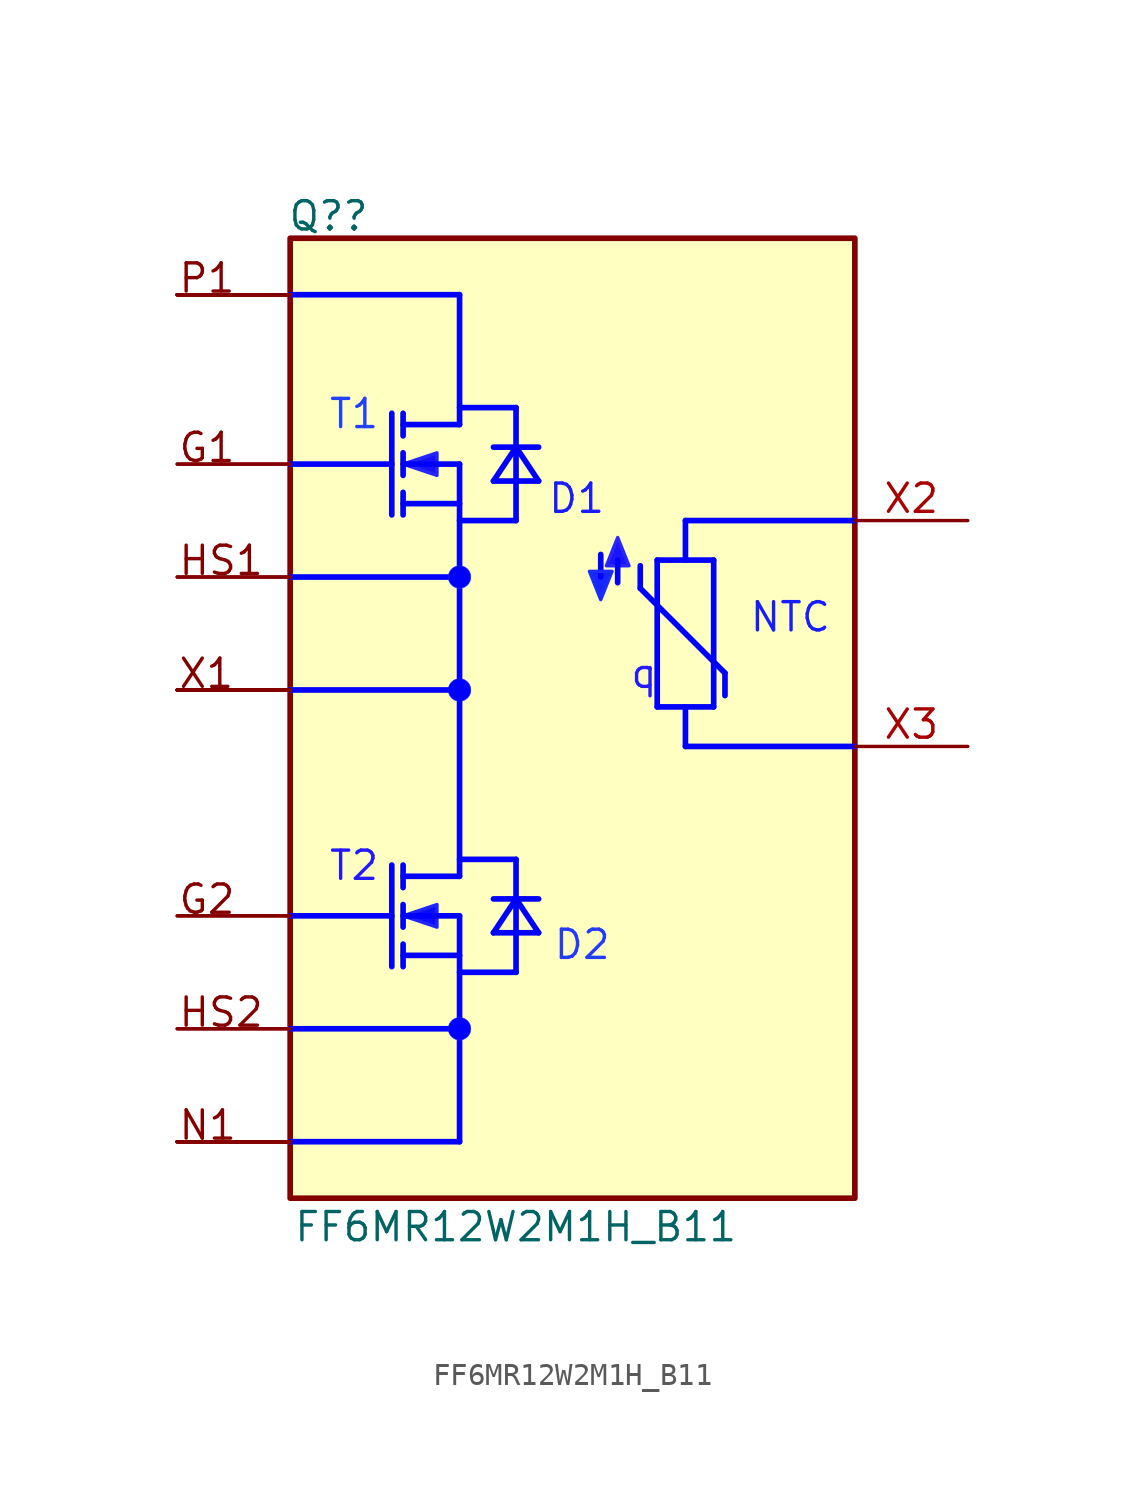
<source format=kicad_sym>
(kicad_symbol_lib
  (version 20220914)
  (generator kicad_symbol_editor)
  (symbol "FF6MR12W2M1H_B11"
    (property "Reference" "Q?"
      (at -0.127 0.254 0)
      (effects (font (size 1.27 1.27)) (justify left bottom)))
    (property "Value" "FF6MR12W2M1H_B11"
      (at 0.127 -45.212 0)
      (effects (font (size 1.27 1.27)) (justify left bottom)))
    (symbol "FF6MR12W2M1H_B11_1_0"
      (polyline (pts (xy 4.572 -30.48) (xy 0 -30.48)) (stroke (width 0.254) (type solid) (color 0 0 255 1)) (fill (type none)))
      (polyline (pts (xy 4.572 -28.194) (xy 4.572 -32.766)) (stroke (width 0.254) (type solid) (color 0 0 255 1)) (fill (type none)))
      (polyline (pts (xy 4.572 -10.16) (xy 0 -10.16)) (stroke (width 0.254) (type solid) (color 0 0 255 1)) (fill (type none)))
      (polyline (pts (xy 4.572 -7.874) (xy 4.572 -12.446)) (stroke (width 0.254) (type solid) (color 0 0 255 1)) (fill (type none)))
      (polyline (pts (xy 5.08 -32.766) (xy 5.08 -31.75)) (stroke (width 0.254) (type solid) (color 0 0 255 1)) (fill (type none)))
      (polyline (pts (xy 5.08 -30.988) (xy 5.08 -29.972)) (stroke (width 0.254) (type solid) (color 0 0 255 1)) (fill (type none)))
      (polyline (pts (xy 5.08 -28.194) (xy 5.08 -29.21)) (stroke (width 0.254) (type solid) (color 0 0 255 1)) (fill (type none)))
      (polyline (pts (xy 5.08 -12.446) (xy 5.08 -11.43)) (stroke (width 0.254) (type solid) (color 0 0 255 1)) (fill (type none)))
      (polyline (pts (xy 5.08 -10.668) (xy 5.08 -9.652)) (stroke (width 0.254) (type solid) (color 0 0 255 1)) (fill (type none)))
      (polyline (pts (xy 5.08 -7.874) (xy 5.08 -8.89)) (stroke (width 0.254) (type solid) (color 0 0 255 1)) (fill (type none)))
      (polyline (pts (xy 7.62 -40.64) (xy 0 -40.64)) (stroke (width 0.254) (type solid) (color 0 0 255 1)) (fill (type none)))
      (polyline (pts (xy 7.62 -35.56) (xy 0 -35.56)) (stroke (width 0.254) (type solid) (color 0 0 255 1)) (fill (type none)))
      (polyline (pts (xy 7.62 -33.02) (xy 10.16 -33.02)) (stroke (width 0.254) (type solid) (color 0 0 255 1)) (fill (type none)))
      (polyline (pts (xy 7.62 -32.258) (xy 5.08 -32.258)) (stroke (width 0.254) (type solid) (color 0 0 255 1)) (fill (type none)))
      (polyline (pts (xy 7.62 -30.48) (xy 5.08 -30.48)) (stroke (width 0.254) (type solid) (color 0 0 255 1)) (fill (type none)))
      (polyline (pts (xy 7.62 -30.48) (xy 7.62 -40.64)) (stroke (width 0.254) (type solid) (color 0 0 255 1)) (fill (type none)))
      (polyline (pts (xy 7.62 -28.702) (xy 5.08 -28.702)) (stroke (width 0.254) (type solid) (color 0 0 255 1)) (fill (type none)))
      (polyline (pts (xy 7.62 -27.94) (xy 10.16 -27.94)) (stroke (width 0.254) (type solid) (color 0 0 255 1)) (fill (type none)))
      (polyline (pts (xy 7.62 -20.32) (xy 0 -20.32)) (stroke (width 0.254) (type solid) (color 0 0 255 1)) (fill (type none)))
      (polyline (pts (xy 7.62 -15.24) (xy 0 -15.24)) (stroke (width 0.254) (type solid) (color 0 0 255 1)) (fill (type none)))
      (polyline (pts (xy 7.62 -12.7) (xy 10.16 -12.7)) (stroke (width 0.254) (type solid) (color 0 0 255 1)) (fill (type none)))
      (polyline (pts (xy 7.62 -11.938) (xy 5.08 -11.938)) (stroke (width 0.254) (type solid) (color 0 0 255 1)) (fill (type none)))
      (polyline (pts (xy 7.62 -10.16) (xy 5.08 -10.16)) (stroke (width 0.254) (type solid) (color 0 0 255 1)) (fill (type none)))
      (polyline (pts (xy 7.62 -10.16) (xy 7.62 -28.702)) (stroke (width 0.254) (type solid) (color 0 0 255 1)) (fill (type none)))
      (polyline (pts (xy 7.62 -8.382) (xy 5.08 -8.382)) (stroke (width 0.254) (type solid) (color 0 0 255 1)) (fill (type none)))
      (polyline (pts (xy 7.62 -8.382) (xy 7.62 -2.54)) (stroke (width 0.254) (type solid) (color 0 0 255 1)) (fill (type none)))
      (polyline (pts (xy 7.62 -7.62) (xy 10.16 -7.62)) (stroke (width 0.254) (type solid) (color 0 0 255 1)) (fill (type none)))
      (polyline (pts (xy 7.62 -2.54) (xy 0 -2.54)) (stroke (width 0.254) (type solid) (color 0 0 255 1)) (fill (type none)))
      (polyline (pts (xy 9.144 -31.242) (xy 11.176 -31.242)) (stroke (width 0.254) (type solid) (color 0 0 255 1)) (fill (type none)))
      (polyline (pts (xy 9.144 -29.718) (xy 11.176 -29.718)) (stroke (width 0.254) (type solid) (color 0 0 255 1)) (fill (type none)))
      (polyline (pts (xy 9.144 -10.922) (xy 11.176 -10.922)) (stroke (width 0.254) (type solid) (color 0 0 255 1)) (fill (type none)))
      (polyline (pts (xy 9.144 -9.398) (xy 11.176 -9.398)) (stroke (width 0.254) (type solid) (color 0 0 255 1)) (fill (type none)))
      (polyline (pts (xy 10.16 -29.718) (xy 9.144 -31.242)) (stroke (width 0.254) (type solid) (color 0 0 255 1)) (fill (type none)))
      (polyline (pts (xy 10.16 -29.718) (xy 11.176 -31.242)) (stroke (width 0.254) (type solid) (color 0 0 255 1)) (fill (type none)))
      (polyline (pts (xy 10.16 -27.94) (xy 10.16 -33.02)) (stroke (width 0.254) (type solid) (color 0 0 255 1)) (fill (type none)))
      (polyline (pts (xy 10.16 -9.398) (xy 9.144 -10.922)) (stroke (width 0.254) (type solid) (color 0 0 255 1)) (fill (type none)))
      (polyline (pts (xy 10.16 -9.398) (xy 11.176 -10.922)) (stroke (width 0.254) (type solid) (color 0 0 255 1)) (fill (type none)))
      (polyline (pts (xy 10.16 -7.62) (xy 10.16 -12.7)) (stroke (width 0.254) (type solid) (color 0 0 255 1)) (fill (type none)))
      (polyline (pts (xy 13.97 -15.24) (xy 13.97 -14.224)) (stroke (width 0.254) (type solid) (color 0 0 255 1)) (fill (type none)))
      (polyline (pts (xy 14.732 -14.478) (xy 14.732 -15.494)) (stroke (width 0.254) (type solid) (color 0 0 255 1)) (fill (type none)))
      (polyline (pts (xy 15.748 -15.748) (xy 19.558 -19.558)) (stroke (width 0.254) (type solid) (color 0 0 255 1)) (fill (type none)))
      (polyline (pts (xy 15.748 -14.732) (xy 15.748 -15.748)) (stroke (width 0.254) (type solid) (color 0 0 255 1)) (fill (type none)))
      (polyline (pts (xy 16.51 -21.082) (xy 16.51 -14.478)) (stroke (width 0.254) (type solid) (color 0 0 255 1)) (fill (type none)))
      (polyline (pts (xy 17.78 -22.86) (xy 17.78 -21.082)) (stroke (width 0.254) (type solid) (color 0 0 255 1)) (fill (type none)))
      (polyline (pts (xy 17.78 -14.478) (xy 17.78 -12.7)) (stroke (width 0.254) (type solid) (color 0 0 255 1)) (fill (type none)))
      (polyline (pts (xy 19.05 -21.082) (xy 16.51 -21.082)) (stroke (width 0.254) (type solid) (color 0 0 255 1)) (fill (type none)))
      (polyline (pts (xy 19.05 -21.082) (xy 19.05 -14.478)) (stroke (width 0.254) (type solid) (color 0 0 255 1)) (fill (type none)))
      (polyline (pts (xy 19.05 -14.478) (xy 16.51 -14.478)) (stroke (width 0.254) (type solid) (color 0 0 255 1)) (fill (type none)))
      (polyline (pts (xy 19.558 -19.558) (xy 19.558 -20.574)) (stroke (width 0.254) (type solid) (color 0 0 255 1)) (fill (type none)))
      (polyline (pts (xy 25.4 -22.86) (xy 17.78 -22.86)) (stroke (width 0.254) (type solid) (color 0 0 255 1)) (fill (type none)))
      (polyline (pts (xy 25.4 -12.7) (xy 17.78 -12.7)) (stroke (width 0.254) (type solid) (color 0 0 255 1)) (fill (type none)))
      (polyline (pts (xy 5.08 -30.48) (xy 6.604 -30.988) (xy 6.604 -29.972) (xy 5.08 -30.48)) (stroke (width 0) (type solid) (color 31 36 255 1)) (fill (type color) (color 12 12 251 1)))
      (polyline (pts (xy 5.08 -10.16) (xy 6.604 -10.668) (xy 6.604 -9.652) (xy 5.08 -10.16)) (stroke (width 0) (type solid) (color 39 37 255 1)) (fill (type color) (color 25 17 251 1)))
      (polyline (pts (xy 13.97 -16.256) (xy 14.478 -14.986) (xy 13.462 -14.986) (xy 13.97 -16.256)) (stroke (width 0) (type solid) (color 25 43 255 1)) (fill (type color) (color 20 39 255 1)))
      (polyline (pts (xy 14.732 -13.462) (xy 14.224 -14.732) (xy 15.24 -14.732) (xy 14.732 -13.462)) (stroke (width 0) (type solid) (color 41 37 255 1)) (fill (type color) (color 28 20 253 1)))
      (rectangle (start 0 0) (end 25.4 -43.18) (stroke (width 0.254) (type solid)) (fill (type background)))
      (circle (center 7.62 -35.56) (radius 0.508) (stroke (width 0.0001) (type solid) (color 30 27 255 1)) (fill (type color) (color 0 0 255 1)))
      (circle (center 7.62 -20.32) (radius 0.508) (stroke (width 0.0001) (type solid) (color 14 20 255 1)) (fill (type color) (color 0 0 255 1)))
      (circle (center 7.62 -15.24) (radius 0.508) (stroke (width 0.0001) (type solid) (color 35 41 255 1)) (fill (type color) (color 0 0 255 1)))
      (text "D1" (at 14.224 -12.446 0) (effects (font (size 1.27 1.27) (color 25 28 255 1)) (justify right bottom)))
      (text "D2" (at 14.478 -32.512 0) (effects (font (size 1.27 1.27) (color 35 58 255 1)) (justify right bottom)))
      (text "G1" (at -5.08 -10.16 0) (effects (font (size 1.27 1.27)) (justify left bottom)))
      (text "G2" (at -5.08 -30.48 0) (effects (font (size 1.27 1.27)) (justify left bottom)))
      (text "HS1" (at -5.08 -15.24 0) (effects (font (size 1.27 1.27)) (justify left bottom)))
      (text "HS2" (at -5.08 -35.56 0) (effects (font (size 1.27 1.27)) (justify left bottom)))
      (text "N1" (at -5.08 -40.64 0) (effects (font (size 1.27 1.27)) (justify left bottom)))
      (text "NTC" (at 24.384 -17.78 0) (effects (font (size 1.27 1.27) (color 24 29 255 1)) (justify right bottom)))
      (text "P1" (at -5.08 -2.54 0) (effects (font (size 1.27 1.27)) (justify left bottom)))
      (text "q" (at 15.24 -20.32 0) (effects (font (size 1.27 1.27) (color 38 27 255 1)) (justify left bottom)))
      (text "T1" (at 4.064 -8.636 0) (effects (font (size 1.27 1.27) (color 34 65 255 1)) (justify right bottom)))
      (text "T2" (at 4.064 -28.956 0) (effects (font (size 1.27 1.27) (color 35 24 255 1)) (justify right bottom)))
      (text "X1" (at -5.08 -20.32 0) (effects (font (size 1.27 1.27)) (justify left bottom)))
      (pin passive line (at -5.08 -10.16 0) (length 5.08) (name "G1_1" (effects (font (size 0 0)))) (number "G1_1" (effects (font (size 0 0)))))
      (pin passive line (at -5.08 -10.16 0) (length 5.08) (name "G1_2" (effects (font (size 0 0)))) (number "G1_2" (effects (font (size 0 0)))))
      (pin passive line (at -5.08 -30.48 0) (length 5.08) (name "G2_1" (effects (font (size 0 0)))) (number "G2_1" (effects (font (size 0 0)))))
      (pin passive line (at -5.08 -30.48 0) (length 5.08) (name "G2_2" (effects (font (size 0 0)))) (number "G2_2" (effects (font (size 0 0)))))
      (pin passive line (at -5.08 -15.24 0) (length 5.08) (name "HS1_1" (effects (font (size 0 0)))) (number "HS1_1" (effects (font (size 0 0)))))
      (pin passive line (at -5.08 -15.24 0) (length 5.08) (name "HS1_2" (effects (font (size 0 0)))) (number "HS1_2" (effects (font (size 0 0)))))
      (pin passive line (at -5.08 -35.56 0) (length 5.08) (name "HS2_1" (effects (font (size 0 0)))) (number "HS2_1" (effects (font (size 0 0)))))
      (pin passive line (at -5.08 -35.56 0) (length 5.08) (name "HS2_2" (effects (font (size 0 0)))) (number "HS2_2" (effects (font (size 0 0)))))
      (pin passive line (at -5.08 -40.64 0) (length 5.08) (name "N1_1" (effects (font (size 0 0)))) (number "N1_1" (effects (font (size 0 0)))))
      (pin passive line (at -5.08 -40.64 0) (length 5.08) (name "N1_2" (effects (font (size 0 0)))) (number "N1_2" (effects (font (size 0 0)))))
      (pin passive line (at -5.08 -40.64 0) (length 5.08) (name "N1_3" (effects (font (size 0 0)))) (number "N1_3" (effects (font (size 0 0)))))
      (pin passive line (at -5.08 -40.64 0) (length 5.08) (name "N1_4" (effects (font (size 0 0)))) (number "N1_4" (effects (font (size 0 0)))))
      (pin passive line (at -5.08 -40.64 0) (length 5.08) (name "N1_5" (effects (font (size 0 0)))) (number "N1_5" (effects (font (size 0 0)))))
      (pin passive line (at -5.08 -40.64 0) (length 5.08) (name "N1_6" (effects (font (size 0 0)))) (number "N1_6" (effects (font (size 0 0)))))
      (pin passive line (at -5.08 -40.64 0) (length 5.08) (name "N1_7" (effects (font (size 0 0)))) (number "N1_7" (effects (font (size 0 0)))))
      (pin passive line (at -5.08 -40.64 0) (length 5.08) (name "N1_8" (effects (font (size 0 0)))) (number "N1_8" (effects (font (size 0 0)))))
      (pin passive line (at -5.08 -2.54 0) (length 5.08) (name "P1_1" (effects (font (size 0 0)))) (number "P1_1" (effects (font (size 0 0)))))
      (pin passive line (at -5.08 -2.54 0) (length 5.08) (name "P1_2" (effects (font (size 0 0)))) (number "P1_2" (effects (font (size 0 0)))))
      (pin passive line (at -5.08 -2.54 0) (length 5.08) (name "P1_3" (effects (font (size 0 0)))) (number "P1_3" (effects (font (size 0 0)))))
      (pin passive line (at -5.08 -2.54 0) (length 5.08) (name "P1_4" (effects (font (size 0 0)))) (number "P1_4" (effects (font (size 0 0)))))
      (pin passive line (at -5.08 -2.54 0) (length 5.08) (name "P1_5" (effects (font (size 0 0)))) (number "P1_5" (effects (font (size 0 0)))))
      (pin passive line (at -5.08 -2.54 0) (length 5.08) (name "P1_6" (effects (font (size 0 0)))) (number "P1_6" (effects (font (size 0 0)))))
      (pin passive line (at -5.08 -2.54 0) (length 5.08) (name "P1_7" (effects (font (size 0 0)))) (number "P1_7" (effects (font (size 0 0)))))
      (pin passive line (at -5.08 -2.54 0) (length 5.08) (name "P1_8" (effects (font (size 0 0)))) (number "P1_8" (effects (font (size 0 0)))))
      (pin passive line (at -5.08 -20.32 0) (length 5.08) (name "X1_1" (effects (font (size 0 0)))) (number "X1_1" (effects (font (size 0 0)))))
      (pin passive line (at -5.08 -20.32 0) (length 5.08) (name "X1_10" (effects (font (size 0 0)))) (number "X1_10" (effects (font (size 0 0)))))
      (pin passive line (at -5.08 -20.32 0) (length 5.08) (name "X1_2" (effects (font (size 0 0)))) (number "X1_2" (effects (font (size 0 0)))))
      (pin passive line (at -5.08 -20.32 0) (length 5.08) (name "X1_3" (effects (font (size 0 0)))) (number "X1_3" (effects (font (size 0 0)))))
      (pin passive line (at -5.08 -20.32 0) (length 5.08) (name "X1_4" (effects (font (size 0 0)))) (number "X1_4" (effects (font (size 0 0)))))
      (pin passive line (at -5.08 -20.32 0) (length 5.08) (name "X1_5" (effects (font (size 0 0)))) (number "X1_5" (effects (font (size 0 0)))))
      (pin passive line (at -5.08 -20.32 0) (length 5.08) (name "X1_6" (effects (font (size 0 0)))) (number "X1_6" (effects (font (size 0 0)))))
      (pin passive line (at -5.08 -20.32 0) (length 5.08) (name "X1_7" (effects (font (size 0 0)))) (number "X1_7" (effects (font (size 0 0)))))
      (pin passive line (at -5.08 -20.32 0) (length 5.08) (name "X1_8" (effects (font (size 0 0)))) (number "X1_8" (effects (font (size 0 0)))))
      (pin passive line (at -5.08 -20.32 0) (length 5.08) (name "X1_9" (effects (font (size 0 0)))) (number "X1_9" (effects (font (size 0 0)))))
      (pin passive line (at 30.48 -12.7 180) (length 5.08) (name "X2" (effects (font (size 0 0)))) (number "X2" (effects (font (size 1.27 1.27)))))
      (pin passive line (at 30.48 -22.86 180) (length 5.08) (name "X3" (effects (font (size 0 0)))) (number "X3" (effects (font (size 1.27 1.27))))))))
</source>
